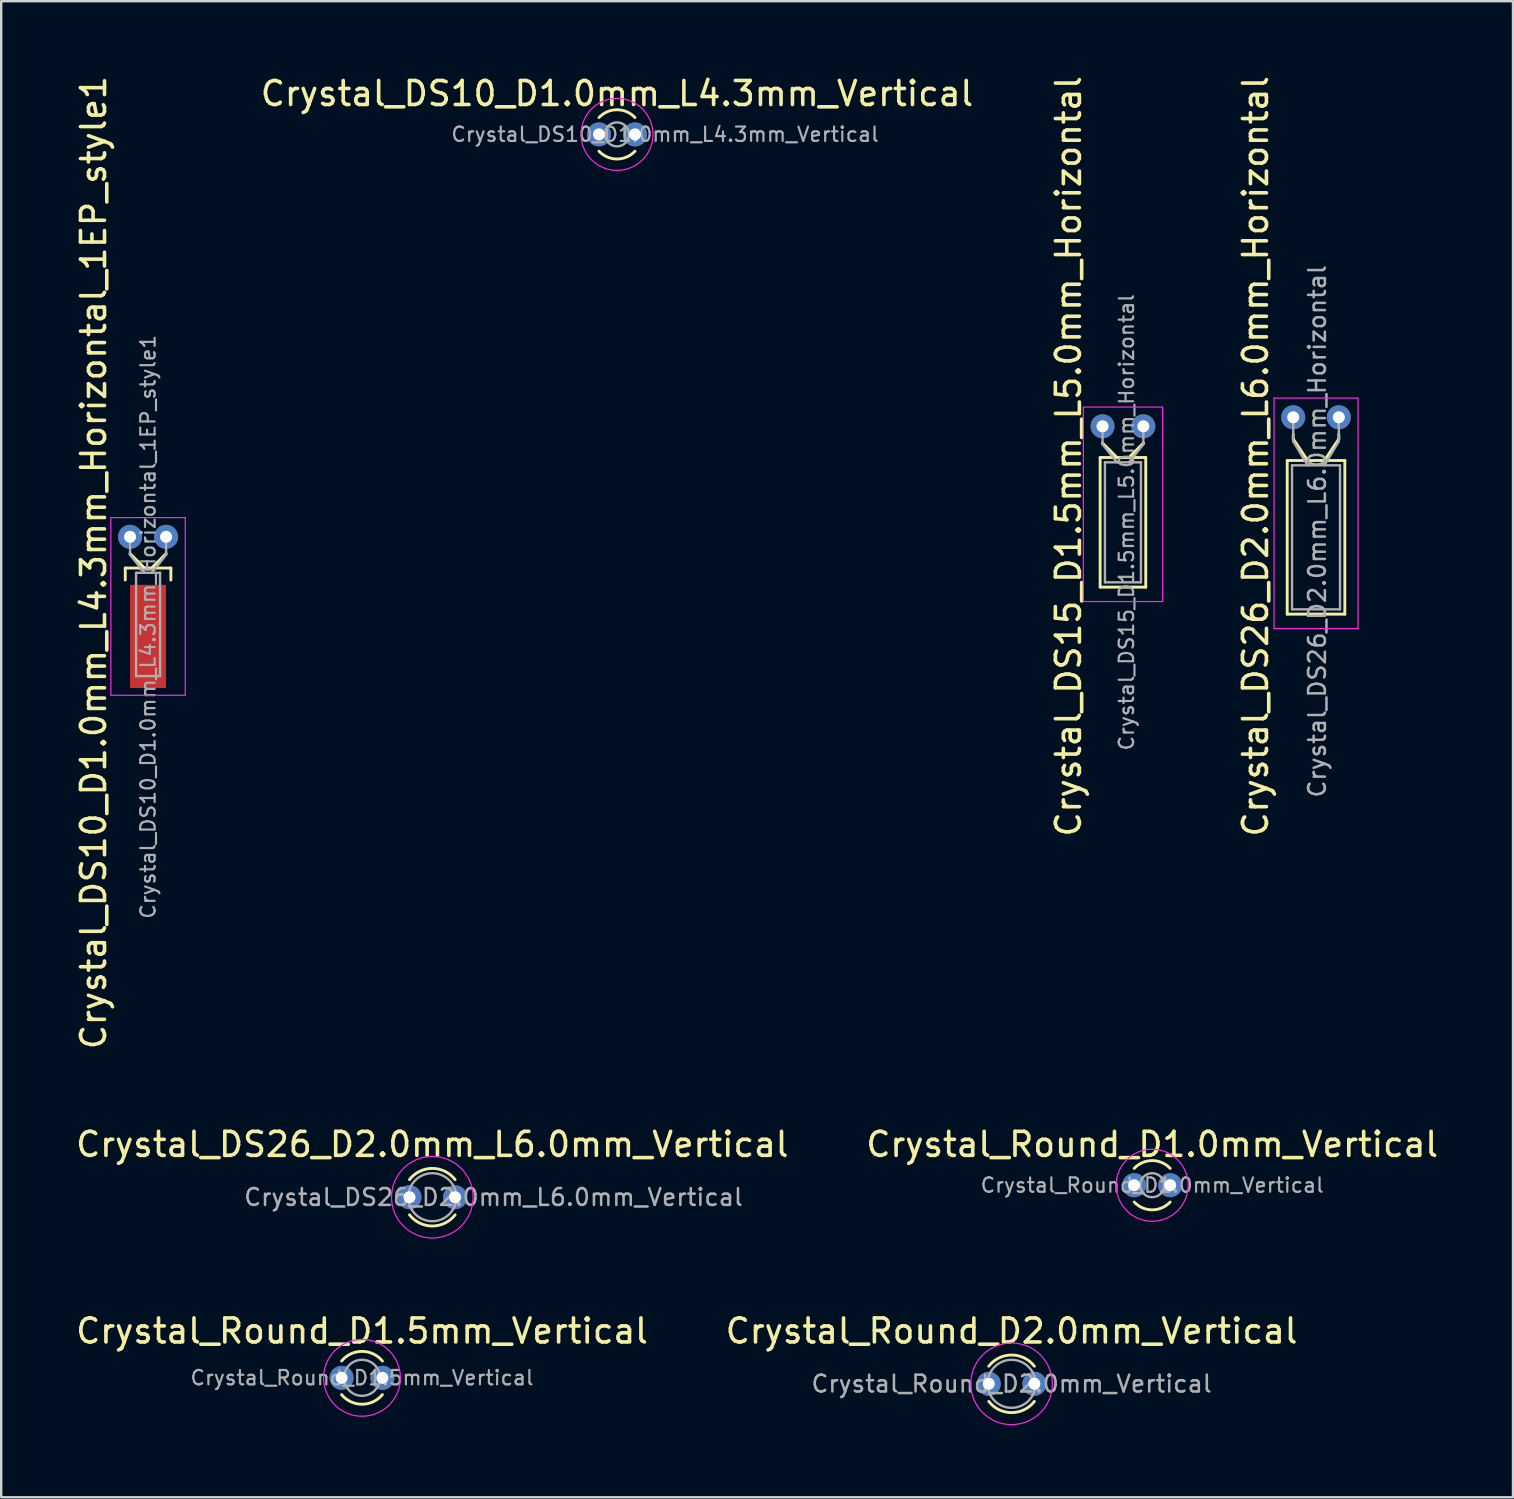
<source format=kicad_pcb>
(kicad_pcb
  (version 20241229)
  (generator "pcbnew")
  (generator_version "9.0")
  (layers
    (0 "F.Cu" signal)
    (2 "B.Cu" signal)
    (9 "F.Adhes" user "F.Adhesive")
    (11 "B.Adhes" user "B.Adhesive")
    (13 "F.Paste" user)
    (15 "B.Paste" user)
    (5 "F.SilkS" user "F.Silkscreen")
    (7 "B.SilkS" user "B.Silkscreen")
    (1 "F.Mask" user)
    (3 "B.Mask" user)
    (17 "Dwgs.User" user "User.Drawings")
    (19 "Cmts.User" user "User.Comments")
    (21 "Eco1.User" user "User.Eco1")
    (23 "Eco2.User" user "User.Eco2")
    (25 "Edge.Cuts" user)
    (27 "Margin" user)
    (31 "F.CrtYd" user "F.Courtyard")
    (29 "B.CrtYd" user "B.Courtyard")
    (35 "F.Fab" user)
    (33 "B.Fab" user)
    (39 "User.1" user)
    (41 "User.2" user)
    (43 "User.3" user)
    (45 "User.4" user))
  (footprint "Crystal_DS26_D2.0mm_L6.0mm_Horizontal"
    (layer "F.Cu")
    (at 50.821 14.333)
    (property "Reference" "Crystal_DS26_D2.0mm_L6.0mm_Horizontal" (at -1.57 1.625 90) (layer "F.SilkS") (effects (font (size 1 1) (thickness 0.15))))
    (attr through_hole)
    (fp_line (start -0.25 1.8) (end -0.25 8.2) (stroke (width 0.12) (type solid)) (layer "F.SilkS"))
    (fp_line (start -0.25 8.2) (end 2.15 8.2) (stroke (width 0.12) (type solid)) (layer "F.SilkS"))
    (fp_line (start 0 0.9) (end 0 0.7) (stroke (width 0.12) (type solid)) (layer "F.SilkS"))
    (fp_line (start 0.6 1.8) (end 0 0.9) (stroke (width 0.12) (type solid)) (layer "F.SilkS"))
    (fp_line (start 1.3 1.8) (end 1.9 0.9) (stroke (width 0.12) (type solid)) (layer "F.SilkS"))
    (fp_line (start 1.9 0.9) (end 1.9 0.7) (stroke (width 0.12) (type solid)) (layer "F.SilkS"))
    (fp_line (start 2.15 1.8) (end -0.25 1.8) (stroke (width 0.12) (type solid)) (layer "F.SilkS"))
    (fp_line (start 2.15 8.2) (end 2.15 1.8) (stroke (width 0.12) (type solid)) (layer "F.SilkS"))
    (fp_line (start -0.8 -0.8) (end -0.8 8.8) (stroke (width 0.05) (type solid)) (layer "F.CrtYd"))
    (fp_line (start -0.8 8.8) (end 2.7 8.8) (stroke (width 0.05) (type solid)) (layer "F.CrtYd"))
    (fp_line (start 2.7 -0.8) (end -0.8 -0.8) (stroke (width 0.05) (type solid)) (layer "F.CrtYd"))
    (fp_line (start 2.7 8.8) (end 2.7 -0.8) (stroke (width 0.05) (type solid)) (layer "F.CrtYd"))
    (fp_line (start -0.05 2) (end -0.05 8) (stroke (width 0.1) (type solid)) (layer "F.Fab"))
    (fp_line (start -0.05 8) (end 1.95 8) (stroke (width 0.1) (type solid)) (layer "F.Fab"))
    (fp_line (start 0 1) (end 0 0) (stroke (width 0.1) (type solid)) (layer "F.Fab"))
    (fp_line (start 0.6 2) (end 0 1) (stroke (width 0.1) (type solid)) (layer "F.Fab"))
    (fp_line (start 1.3 2) (end 1.9 1) (stroke (width 0.1) (type solid)) (layer "F.Fab"))
    (fp_line (start 1.9 1) (end 1.9 0) (stroke (width 0.1) (type solid)) (layer "F.Fab"))
    (fp_line (start 1.95 2) (end -0.05 2) (stroke (width 0.1) (type solid)) (layer "F.Fab"))
    (fp_line (start 1.95 8) (end 1.95 2) (stroke (width 0.1) (type solid)) (layer "F.Fab"))
    (fp_text user "${REFERENCE}" (at 1 4.75 90) (layer "F.Fab") (effects (font (size 0.7 0.7) (thickness 0.105))))
    (pad "1" thru_hole circle (at 0 0) (size 1 1) (drill 0.5) (layers "*.Cu" "*.Mask"))
    (pad "2" thru_hole circle (at 1.9 0) (size 1 1) (drill 0.5) (layers "*.Cu" "*.Mask")))
  (footprint "Crystal_DS10_D1.0mm_L4.3mm_Vertical"
    (layer "F.Cu")
    (at 21.902 2.548)
    (property "Reference" "Crystal_DS10_D1.0mm_L4.3mm_Vertical" (at 0.75 -1.7 0) (layer "F.SilkS") (effects (font (size 1 1) (thickness 0.15))))
    (attr through_hole)
    (fp_arc (start 0 -0.7) (mid 0.749553 -1.025914) (end 1.49939 -0.700653) (stroke (width 0.12) (type solid)) (layer "F.SilkS"))
    (fp_arc (start 1.49939 0.700653) (mid 0.749553 1.025914) (end 0 0.7) (stroke (width 0.12) (type solid)) (layer "F.SilkS"))
    (fp_circle (center 0.75 0) (end 2.25 0) (stroke (width 0.05) (type solid)) (fill no) (layer "F.CrtYd"))
    (fp_circle (center 0.75 0) (end 1.25 0) (stroke (width 0.1) (type solid)) (fill no) (layer "F.Fab"))
    (fp_text user "${REFERENCE}" (at 2.75 0 0) (layer "F.Fab") (effects (font (size 0.6 0.6) (thickness 0.09))))
    (pad "1" thru_hole circle (at 0 0) (size 1 1) (drill 0.5) (layers "*.Cu" "*.Mask"))
    (pad "2" thru_hole circle (at 1.5 0) (size 1 1) (drill 0.5) (layers "*.Cu" "*.Mask")))
  (footprint "Crystal_Round_D2.0mm_Vertical"
    (layer "F.Cu")
    (at 38.139 54.595)
    (property "Reference" "Crystal_Round_D2.0mm_Vertical" (at 0.95 -2.2 0) (layer "F.SilkS") (effects (font (size 1 1) (thickness 0.15))))
    (attr through_hole)
    (fp_arc (start 0 -0.733144) (mid 0.950178 -1.2) (end 1.900217 -0.732863) (stroke (width 0.12) (type solid)) (layer "F.SilkS"))
    (fp_arc (start 1.900217 0.732863) (mid 0.950178 1.2) (end 0 0.733144) (stroke (width 0.12) (type solid)) (layer "F.SilkS"))
    (fp_circle (center 0.95 0) (end 2.65 0) (stroke (width 0.05) (type solid)) (fill no) (layer "F.CrtYd"))
    (fp_circle (center 0.95 0) (end 1.95 0) (stroke (width 0.1) (type solid)) (fill no) (layer "F.Fab"))
    (fp_text user "${REFERENCE}" (at 0.95 0 0) (layer "F.Fab") (effects (font (size 0.7 0.7) (thickness 0.105))))
    (pad "1" thru_hole circle (at 0 0) (size 1 1) (drill 0.5) (layers "*.Cu" "*.Mask"))
    (pad "2" thru_hole circle (at 1.9 0) (size 1 1) (drill 0.5) (layers "*.Cu" "*.Mask")))
  (footprint "Crystal_DS15_D1.5mm_L5.0mm_Horizontal"
    (layer "F.Cu")
    (at 42.878 14.708)
    (property "Reference" "Crystal_DS15_D1.5mm_L5.0mm_Horizontal" (at -1.42 1.25 90) (layer "F.SilkS") (effects (font (size 1 1) (thickness 0.15))))
    (attr through_hole)
    (fp_line (start -0.1 1.3) (end -0.1 6.7) (stroke (width 0.12) (type solid)) (layer "F.SilkS"))
    (fp_line (start -0.1 6.7) (end 1.8 6.7) (stroke (width 0.12) (type solid)) (layer "F.SilkS"))
    (fp_line (start 0 0.7) (end 0 0.7) (stroke (width 0.12) (type solid)) (layer "F.SilkS"))
    (fp_line (start 0.6 1.3) (end 0 0.7) (stroke (width 0.12) (type solid)) (layer "F.SilkS"))
    (fp_line (start 1.1 1.3) (end 1.7 0.7) (stroke (width 0.12) (type solid)) (layer "F.SilkS"))
    (fp_line (start 1.7 0.7) (end 1.7 0.7) (stroke (width 0.12) (type solid)) (layer "F.SilkS"))
    (fp_line (start 1.8 1.3) (end -0.1 1.3) (stroke (width 0.12) (type solid)) (layer "F.SilkS"))
    (fp_line (start 1.8 6.7) (end 1.8 1.3) (stroke (width 0.12) (type solid)) (layer "F.SilkS"))
    (fp_line (start -0.8 -0.8) (end -0.8 7.3) (stroke (width 0.05) (type solid)) (layer "F.CrtYd"))
    (fp_line (start -0.8 7.3) (end 2.5 7.3) (stroke (width 0.05) (type solid)) (layer "F.CrtYd"))
    (fp_line (start 2.5 -0.8) (end -0.8 -0.8) (stroke (width 0.05) (type solid)) (layer "F.CrtYd"))
    (fp_line (start 2.5 7.3) (end 2.5 -0.8) (stroke (width 0.05) (type solid)) (layer "F.CrtYd"))
    (fp_line (start 0 0.75) (end 0 0) (stroke (width 0.1) (type solid)) (layer "F.Fab"))
    (fp_line (start 0.1 1.5) (end 0.1 6.5) (stroke (width 0.1) (type solid)) (layer "F.Fab"))
    (fp_line (start 0.1 6.5) (end 1.6 6.5) (stroke (width 0.1) (type solid)) (layer "F.Fab"))
    (fp_line (start 0.6 1.5) (end 0 0.75) (stroke (width 0.1) (type solid)) (layer "F.Fab"))
    (fp_line (start 1.1 1.5) (end 1.7 0.75) (stroke (width 0.1) (type solid)) (layer "F.Fab"))
    (fp_line (start 1.6 1.5) (end 0.1 1.5) (stroke (width 0.1) (type solid)) (layer "F.Fab"))
    (fp_line (start 1.6 6.5) (end 1.6 1.5) (stroke (width 0.1) (type solid)) (layer "F.Fab"))
    (fp_line (start 1.7 0.75) (end 1.7 0) (stroke (width 0.1) (type solid)) (layer "F.Fab"))
    (fp_text user "${REFERENCE}" (at 1 4 90) (layer "F.Fab") (effects (font (size 0.6 0.6) (thickness 0.09))))
    (pad "1" thru_hole circle (at 0 0) (size 1 1) (drill 0.5) (layers "*.Cu" "*.Mask"))
    (pad "2" thru_hole circle (at 1.7 0) (size 1 1) (drill 0.5) (layers "*.Cu" "*.Mask")))
  (footprint "Crystal_Round_D1.5mm_Vertical"
    (layer "F.Cu")
    (at 11.18 54.345)
    (property "Reference" "Crystal_Round_D1.5mm_Vertical" (at 0.85 -1.95 0) (layer "F.SilkS") (effects (font (size 1 1) (thickness 0.15))))
    (attr through_hole)
    (fp_arc (start 0 -0.7) (mid 0.850432 -1.101136) (end 1.700549 -0.699333) (stroke (width 0.12) (type solid)) (layer "F.SilkS"))
    (fp_arc (start 1.700549 0.699333) (mid 0.850432 1.101136) (end 0 0.7) (stroke (width 0.12) (type solid)) (layer "F.SilkS"))
    (fp_circle (center 0.85 0) (end 2.45 0) (stroke (width 0.05) (type solid)) (fill no) (layer "F.CrtYd"))
    (fp_circle (center 0.85 0) (end 1.6 0) (stroke (width 0.1) (type solid)) (fill no) (layer "F.Fab"))
    (fp_text user "${REFERENCE}" (at 0.85 0 0) (layer "F.Fab") (effects (font (size 0.6 0.6) (thickness 0.09))))
    (pad "1" thru_hole circle (at 0 0) (size 1 1) (drill 0.5) (layers "*.Cu" "*.Mask"))
    (pad "2" thru_hole circle (at 1.7 0) (size 1 1) (drill 0.5) (layers "*.Cu" "*.Mask")))
  (footprint "Crystal_DS26_D2.0mm_L6.0mm_Vertical"
    (layer "F.Cu")
    (at 14.008 46.822)
    (property "Reference" "Crystal_DS26_D2.0mm_L6.0mm_Vertical" (at 0.95 -2.2 0) (layer "F.SilkS") (effects (font (size 1 1) (thickness 0.15))))
    (attr through_hole)
    (fp_arc (start 0 -0.733144) (mid 0.950178 -1.2) (end 1.900217 -0.732863) (stroke (width 0.12) (type solid)) (layer "F.SilkS"))
    (fp_arc (start 1.900217 0.732863) (mid 0.950178 1.2) (end 0 0.733144) (stroke (width 0.12) (type solid)) (layer "F.SilkS"))
    (fp_circle (center 0.95 0) (end 2.65 0) (stroke (width 0.05) (type solid)) (fill no) (layer "F.CrtYd"))
    (fp_circle (center 0.95 0) (end 1.95 0) (stroke (width 0.1) (type solid)) (fill no) (layer "F.Fab"))
    (fp_text user "${REFERENCE}" (at 3.5 0 0) (layer "F.Fab") (effects (font (size 0.7 0.7) (thickness 0.105))))
    (pad "1" thru_hole circle (at 0 0) (size 1 1) (drill 0.5) (layers "*.Cu" "*.Mask"))
    (pad "2" thru_hole circle (at 1.9 0) (size 1 1) (drill 0.5) (layers "*.Cu" "*.Mask")))
  (footprint "Crystal_Round_D1.0mm_Vertical"
    (layer "F.Cu")
    (at 44.196 46.322)
    (property "Reference" "Crystal_Round_D1.0mm_Vertical" (at 0.75 -1.7 0) (layer "F.SilkS") (effects (font (size 1 1) (thickness 0.15))))
    (attr through_hole)
    (fp_arc (start 0 -0.7) (mid 0.749553 -1.025914) (end 1.49939 -0.700653) (stroke (width 0.12) (type solid)) (layer "F.SilkS"))
    (fp_arc (start 1.49939 0.700653) (mid 0.749553 1.025914) (end 0 0.7) (stroke (width 0.12) (type solid)) (layer "F.SilkS"))
    (fp_circle (center 0.75 0) (end 2.25 0) (stroke (width 0.05) (type solid)) (fill no) (layer "F.CrtYd"))
    (fp_circle (center 0.75 0) (end 1.25 0) (stroke (width 0.1) (type solid)) (fill no) (layer "F.Fab"))
    (fp_text user "${REFERENCE}" (at 0.75 0 0) (layer "F.Fab") (effects (font (size 0.6 0.6) (thickness 0.09))))
    (pad "1" thru_hole circle (at 0 0) (size 1 1) (drill 0.5) (layers "*.Cu" "*.Mask"))
    (pad "2" thru_hole circle (at 1.5 0) (size 1 1) (drill 0.5) (layers "*.Cu" "*.Mask")))
  (footprint "Crystal_DS10_D1.0mm_L4.3mm_Horizontal_1EP_style1"
    (layer "F.Cu")
    (at 2.368 19.312)
    (property "Reference" "Crystal_DS10_D1.0mm_L4.3mm_Horizontal_1EP_style1" (at -1.52 1.075 90) (layer "F.SilkS") (effects (font (size 1 1) (thickness 0.15))))
    (attr through_hole)
    (fp_line (start -0.2 1.3) (end 1.7 1.3) (stroke (width 0.12) (type solid)) (layer "F.SilkS"))
    (fp_line (start -0.2 1.8) (end -0.2 1.3) (stroke (width 0.12) (type solid)) (layer "F.SilkS"))
    (fp_line (start 0 0.7) (end 0 0.7) (stroke (width 0.12) (type solid)) (layer "F.SilkS"))
    (fp_line (start 0.6 1.3) (end 0 0.7) (stroke (width 0.12) (type solid)) (layer "F.SilkS"))
    (fp_line (start 0.9 1.3) (end 1.5 0.7) (stroke (width 0.12) (type solid)) (layer "F.SilkS"))
    (fp_line (start 1.5 0.7) (end 1.5 0.7) (stroke (width 0.12) (type solid)) (layer "F.SilkS"))
    (fp_line (start 1.7 1.3) (end 1.7 1.8) (stroke (width 0.12) (type solid)) (layer "F.SilkS"))
    (fp_line (start -0.8 -0.8) (end -0.8 6.6) (stroke (width 0.05) (type solid)) (layer "F.CrtYd"))
    (fp_line (start -0.8 6.6) (end 2.3 6.6) (stroke (width 0.05) (type solid)) (layer "F.CrtYd"))
    (fp_line (start 2.3 -0.8) (end -0.8 -0.8) (stroke (width 0.05) (type solid)) (layer "F.CrtYd"))
    (fp_line (start 2.3 6.6) (end 2.3 -0.8) (stroke (width 0.05) (type solid)) (layer "F.CrtYd"))
    (fp_line (start 0 0.75) (end 0 0) (stroke (width 0.1) (type solid)) (layer "F.Fab"))
    (fp_line (start 0.25 1.5) (end 0.25 5.8) (stroke (width 0.1) (type solid)) (layer "F.Fab"))
    (fp_line (start 0.25 5.8) (end 1.25 5.8) (stroke (width 0.1) (type solid)) (layer "F.Fab"))
    (fp_line (start 0.6 1.5) (end 0 0.75) (stroke (width 0.1) (type solid)) (layer "F.Fab"))
    (fp_line (start 0.9 1.5) (end 1.5 0.75) (stroke (width 0.1) (type solid)) (layer "F.Fab"))
    (fp_line (start 1.25 1.5) (end 0.25 1.5) (stroke (width 0.1) (type solid)) (layer "F.Fab"))
    (fp_line (start 1.25 5.8) (end 1.25 1.5) (stroke (width 0.1) (type solid)) (layer "F.Fab"))
    (fp_line (start 1.5 0.75) (end 1.5 0) (stroke (width 0.1) (type solid)) (layer "F.Fab"))
    (fp_text user "${REFERENCE}" (at 0.75 3.75 90) (layer "F.Fab") (effects (font (size 0.6 0.6) (thickness 0.09))))
    (pad "1" thru_hole circle (at 0 0) (size 1 1) (drill 0.5) (layers "*.Cu" "*.Mask"))
    (pad "2" thru_hole circle (at 1.5 0) (size 1 1) (drill 0.5) (layers "*.Cu" "*.Mask"))
    (pad "3" smd rect (at 0.75 4.15) (size 1.5 4.3) (layers "F.Cu" "F.Mask" "F.Paste")))
  (gr_rect
    (start -3 -3)
    (end 59.976 59.32)
    (stroke (width 0.1) (type default))
    (fill no)
    (layer "Edge.Cuts")))
</source>
